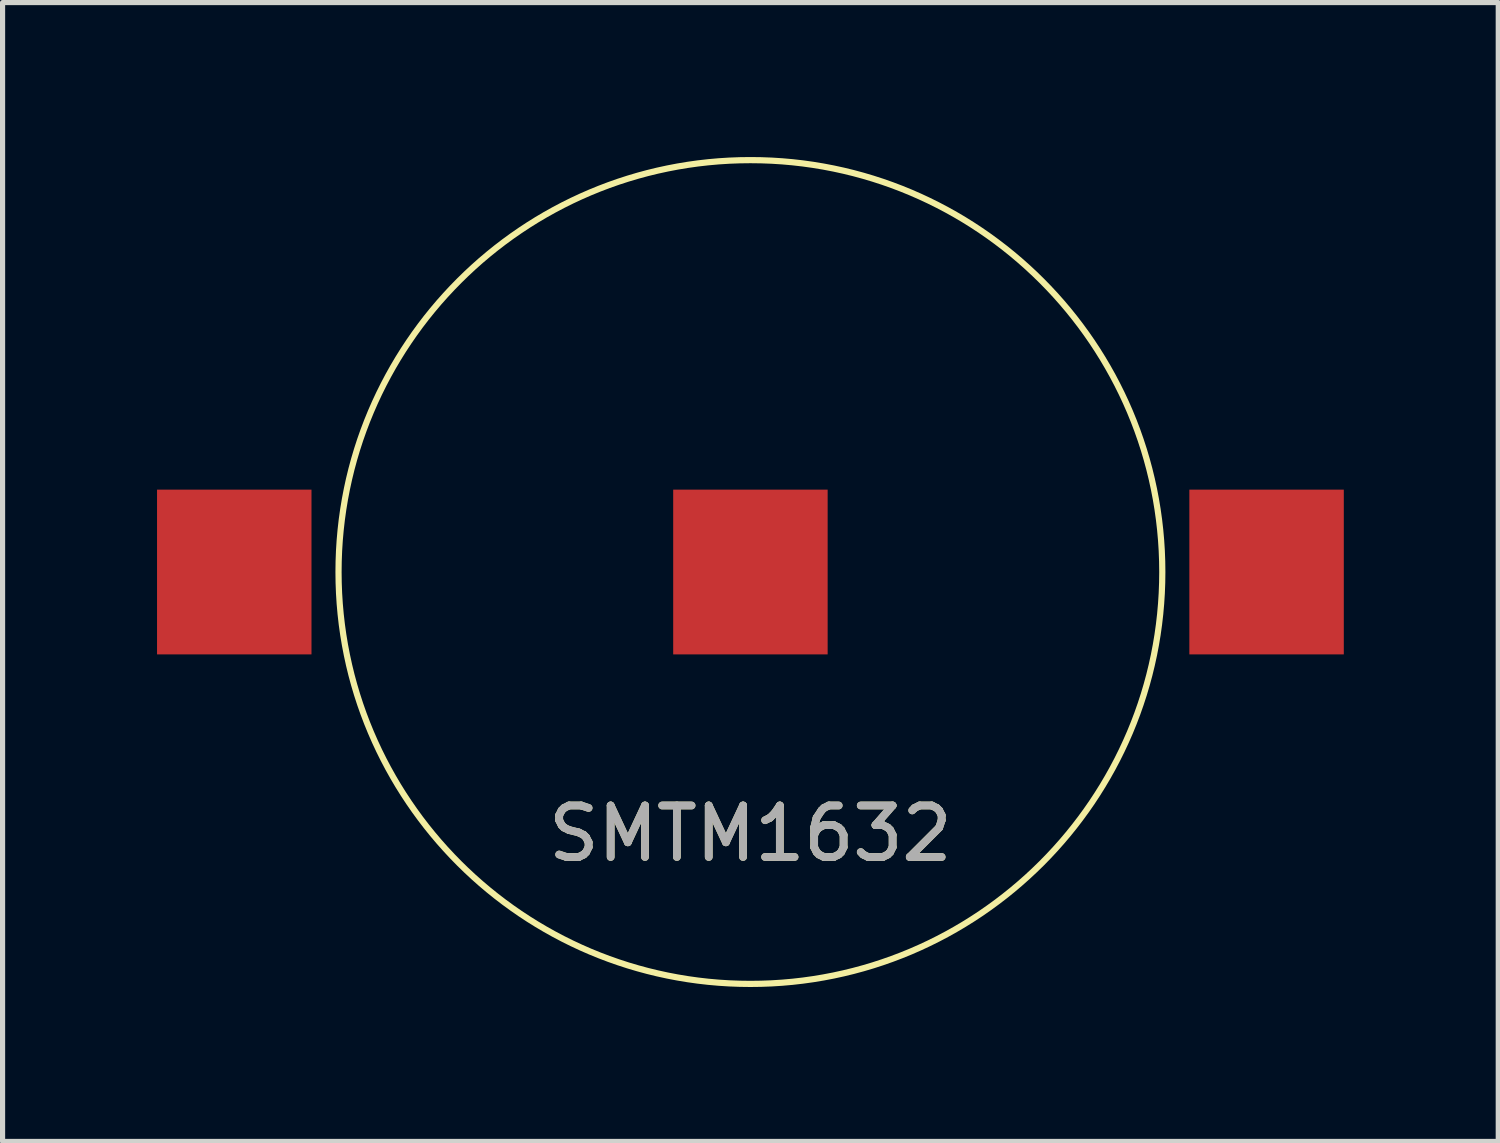
<source format=kicad_pcb>
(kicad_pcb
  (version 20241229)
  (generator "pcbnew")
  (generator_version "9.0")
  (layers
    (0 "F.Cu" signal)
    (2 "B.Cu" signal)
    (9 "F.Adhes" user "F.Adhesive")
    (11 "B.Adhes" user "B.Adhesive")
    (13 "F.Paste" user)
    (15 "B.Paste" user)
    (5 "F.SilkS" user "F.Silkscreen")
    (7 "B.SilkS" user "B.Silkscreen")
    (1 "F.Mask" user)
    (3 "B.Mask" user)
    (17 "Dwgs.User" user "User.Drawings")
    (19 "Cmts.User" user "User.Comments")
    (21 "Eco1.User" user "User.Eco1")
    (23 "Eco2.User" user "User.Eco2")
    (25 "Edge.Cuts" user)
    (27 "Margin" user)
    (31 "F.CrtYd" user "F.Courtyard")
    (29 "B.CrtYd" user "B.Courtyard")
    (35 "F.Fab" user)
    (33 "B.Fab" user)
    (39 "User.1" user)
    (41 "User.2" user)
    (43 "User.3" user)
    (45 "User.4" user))
  (footprint "SMTM1632"
    (layer "F.Cu")
    (at 11.525 8.06)
    (property "Reference" "SMTM1632" (at 0 5.08 0) (unlocked yes) (layer "F.SilkS") (effects (font (size 1 1) (thickness 0.15))))
    (attr smd)
    (fp_circle (center 0 0) (end 8 0) (stroke (width 0.12) (type solid)) (fill no) (layer "F.SilkS"))
    (fp_text user "${REFERENCE}" (at 0 5.08 0) (unlocked yes) (layer "F.Fab") (effects (font (size 1 1) (thickness 0.15))))
    (pad "1" smd rect (at -10.025 0) (size 3 3.2) (layers "F.Cu" "F.Mask" "F.Paste"))
    (pad "1" smd rect (at 10.025 0) (size 3 3.2) (layers "F.Cu" "F.Mask" "F.Paste"))
    (pad "2" smd rect (at 0 0) (size 3 3.2) (layers "F.Cu" "F.Mask" "F.Paste")))
  (gr_rect
    (start -3 -3)
    (end 26.05 19.12)
    (stroke (width 0.1) (type default))
    (fill no)
    (layer "Edge.Cuts")))
</source>
